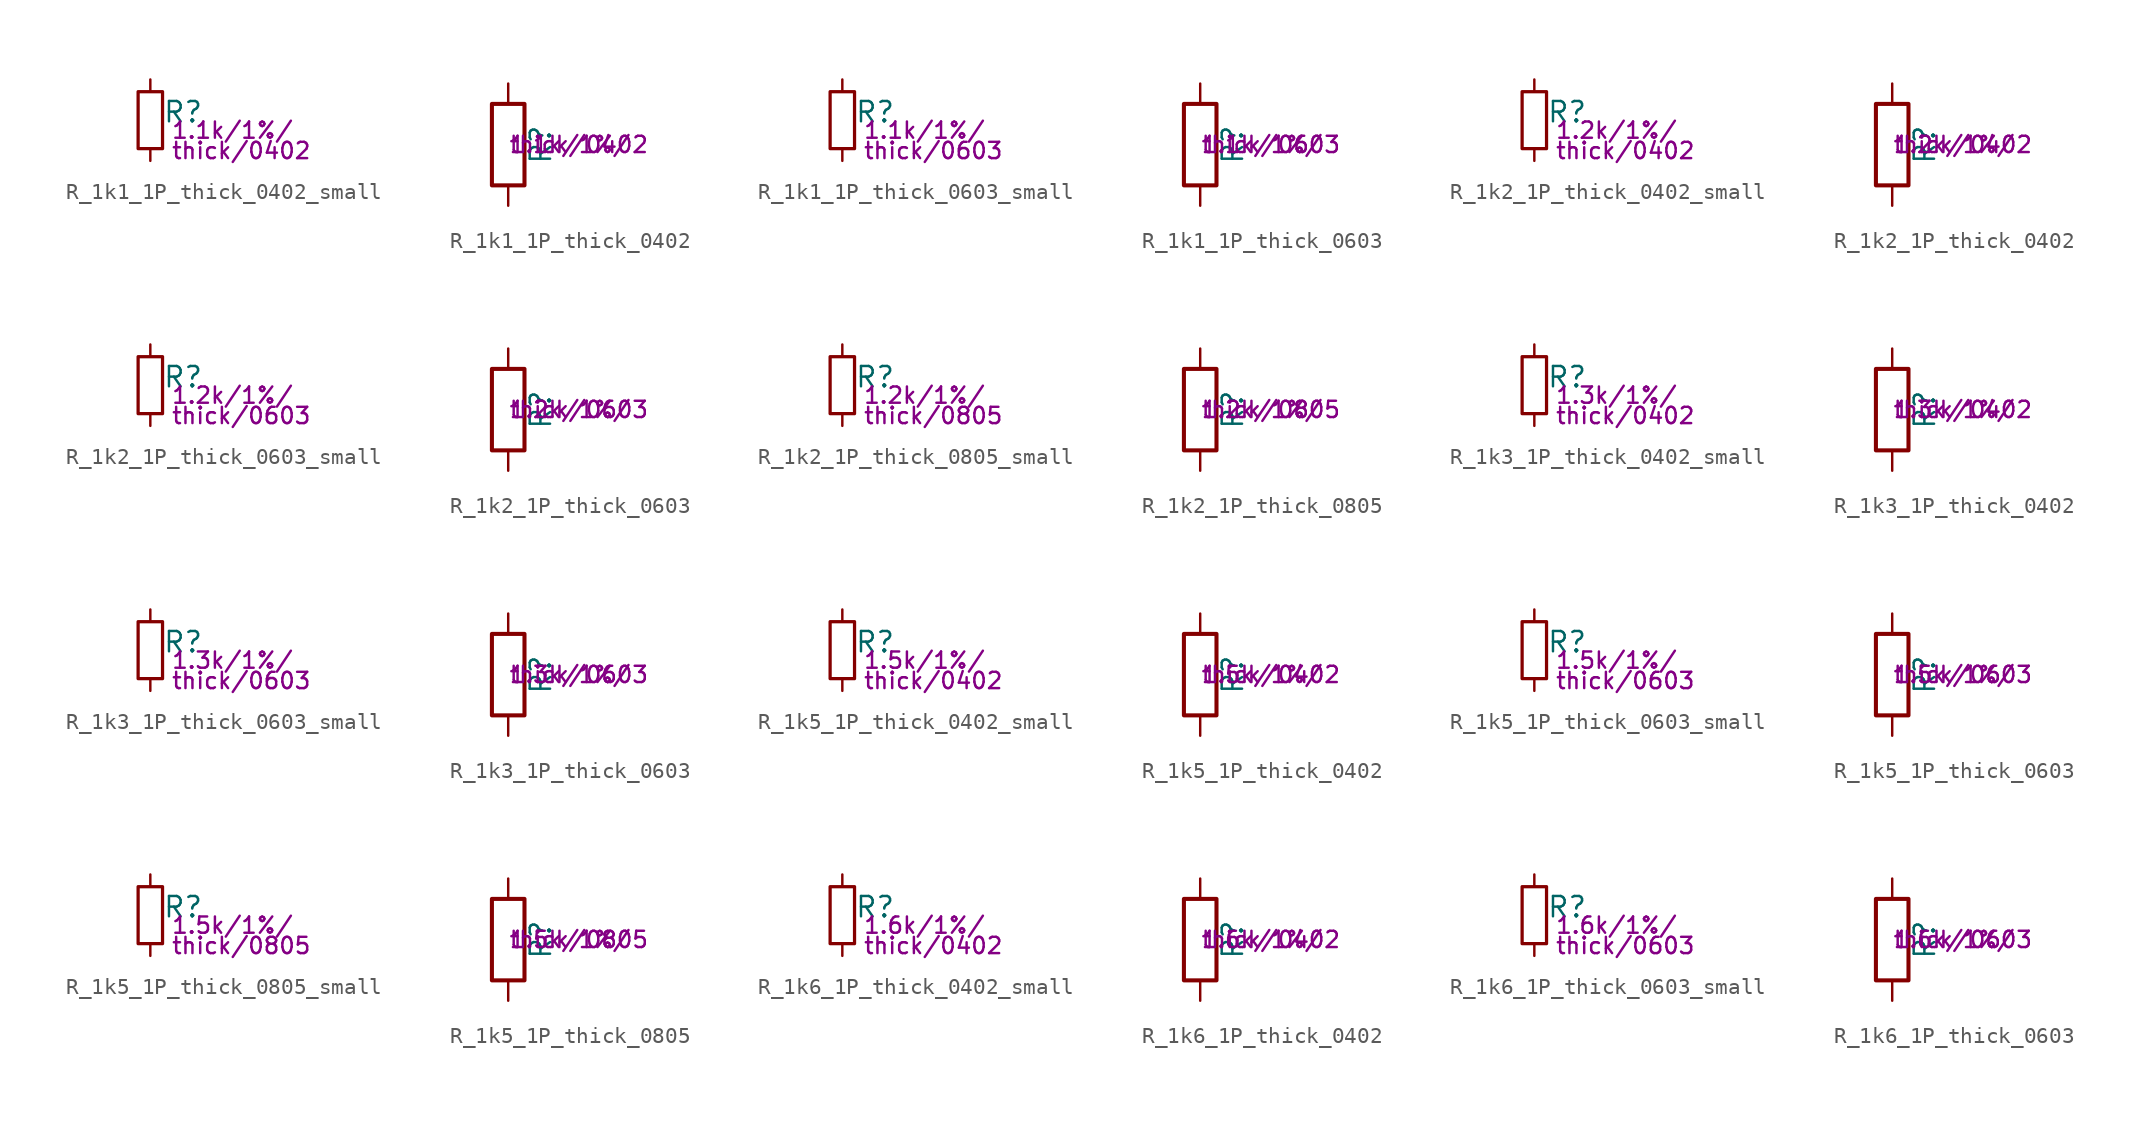
<source format=kicad_sym>
(kicad_symbol_lib
  (version 20211014)
  (generator kicad_symbol_editor)
  (symbol "R_1k1_1P_thick_0402_small"
    (pin_numbers hide)
    (pin_names
      (offset 0.254) hide)
    (property "Reference" "R"
      (at 0.762 0.508 0)
      (effects (font (size 1.27 1.27)) (justify left)))
    (property "Params" "1.1k/1%/"
      (at 1.27 -0.635 0)
      (effects (font (size 1.016 1.016)) (justify left)))
    (property "Params2" "thick/0402"
      (at 1.27 -1.905 0)
      (effects (font (size 1.016 1.016)) (justify left)))
    (symbol "R_1k1_1P_thick_0402_small_0_1"
      (rectangle (start -0.762 1.778) (end 0.762 -1.778) (stroke (width 0.203) (type default) (color 0 0 0 0)) (fill (type none))))
    (symbol "R_1k1_1P_thick_0402_small_1_1"
      (pin passive line (at 0 2.54 270) (length 0.762) (name "~" (effects (font (size 1.27 1.27)))) (number "1" (effects (font (size 1.27 1.27)))))
      (pin passive line (at 0 -2.54 90) (length 0.762) (name "~" (effects (font (size 1.27 1.27)))) (number "2" (effects (font (size 1.27 1.27)))))))
  (symbol "R_1k1_1P_thick_0402"
    (pin_numbers hide)
    (pin_names
      (offset 0))
    (property "Reference" "R"
      (at 2.032 0 90)
      (effects (font (size 1.27 1.27))))
    (property "Params" "1.1k/1%/"
      (at 0 0 0)
      (effects (font (size 1.016 1.016)) (justify left)))
    (property "Params2" "thick/0402"
      (at 0 0 0)
      (effects (font (size 1.016 1.016)) (justify left)))
    (symbol "R_1k1_1P_thick_0402_0_1"
      (rectangle (start -1.016 -2.54) (end 1.016 2.54) (stroke (width 0.254) (type default) (color 0 0 0 0)) (fill (type none))))
    (symbol "R_1k1_1P_thick_0402_1_1"
      (pin passive line (at 0 3.81 270) (length 1.27) (name "~" (effects (font (size 1.27 1.27)))) (number "1" (effects (font (size 1.27 1.27)))))
      (pin passive line (at 0 -3.81 90) (length 1.27) (name "~" (effects (font (size 1.27 1.27)))) (number "2" (effects (font (size 1.27 1.27)))))))
  (symbol "R_1k1_1P_thick_0603_small"
    (pin_numbers hide)
    (pin_names
      (offset 0.254) hide)
    (property "Reference" "R"
      (at 0.762 0.508 0)
      (effects (font (size 1.27 1.27)) (justify left)))
    (property "Params" "1.1k/1%/"
      (at 1.27 -0.635 0)
      (effects (font (size 1.016 1.016)) (justify left)))
    (property "Params2" "thick/0603"
      (at 1.27 -1.905 0)
      (effects (font (size 1.016 1.016)) (justify left)))
    (symbol "R_1k1_1P_thick_0603_small_0_1"
      (rectangle (start -0.762 1.778) (end 0.762 -1.778) (stroke (width 0.203) (type default) (color 0 0 0 0)) (fill (type none))))
    (symbol "R_1k1_1P_thick_0603_small_1_1"
      (pin passive line (at 0 2.54 270) (length 0.762) (name "~" (effects (font (size 1.27 1.27)))) (number "1" (effects (font (size 1.27 1.27)))))
      (pin passive line (at 0 -2.54 90) (length 0.762) (name "~" (effects (font (size 1.27 1.27)))) (number "2" (effects (font (size 1.27 1.27)))))))
  (symbol "R_1k1_1P_thick_0603"
    (pin_numbers hide)
    (pin_names
      (offset 0))
    (property "Reference" "R"
      (at 2.032 0 90)
      (effects (font (size 1.27 1.27))))
    (property "Params" "1.1k/1%/"
      (at 0 0 0)
      (effects (font (size 1.016 1.016)) (justify left)))
    (property "Params2" "thick/0603"
      (at 0 0 0)
      (effects (font (size 1.016 1.016)) (justify left)))
    (symbol "R_1k1_1P_thick_0603_0_1"
      (rectangle (start -1.016 -2.54) (end 1.016 2.54) (stroke (width 0.254) (type default) (color 0 0 0 0)) (fill (type none))))
    (symbol "R_1k1_1P_thick_0603_1_1"
      (pin passive line (at 0 3.81 270) (length 1.27) (name "~" (effects (font (size 1.27 1.27)))) (number "1" (effects (font (size 1.27 1.27)))))
      (pin passive line (at 0 -3.81 90) (length 1.27) (name "~" (effects (font (size 1.27 1.27)))) (number "2" (effects (font (size 1.27 1.27)))))))
  (symbol "R_1k2_1P_thick_0402_small"
    (pin_numbers hide)
    (pin_names
      (offset 0.254) hide)
    (property "Reference" "R"
      (at 0.762 0.508 0)
      (effects (font (size 1.27 1.27)) (justify left)))
    (property "Params" "1.2k/1%/"
      (at 1.27 -0.635 0)
      (effects (font (size 1.016 1.016)) (justify left)))
    (property "Params2" "thick/0402"
      (at 1.27 -1.905 0)
      (effects (font (size 1.016 1.016)) (justify left)))
    (symbol "R_1k2_1P_thick_0402_small_0_1"
      (rectangle (start -0.762 1.778) (end 0.762 -1.778) (stroke (width 0.203) (type default) (color 0 0 0 0)) (fill (type none))))
    (symbol "R_1k2_1P_thick_0402_small_1_1"
      (pin passive line (at 0 2.54 270) (length 0.762) (name "~" (effects (font (size 1.27 1.27)))) (number "1" (effects (font (size 1.27 1.27)))))
      (pin passive line (at 0 -2.54 90) (length 0.762) (name "~" (effects (font (size 1.27 1.27)))) (number "2" (effects (font (size 1.27 1.27)))))))
  (symbol "R_1k2_1P_thick_0402"
    (pin_numbers hide)
    (pin_names
      (offset 0))
    (property "Reference" "R"
      (at 2.032 0 90)
      (effects (font (size 1.27 1.27))))
    (property "Params" "1.2k/1%/"
      (at 0 0 0)
      (effects (font (size 1.016 1.016)) (justify left)))
    (property "Params2" "thick/0402"
      (at 0 0 0)
      (effects (font (size 1.016 1.016)) (justify left)))
    (symbol "R_1k2_1P_thick_0402_0_1"
      (rectangle (start -1.016 -2.54) (end 1.016 2.54) (stroke (width 0.254) (type default) (color 0 0 0 0)) (fill (type none))))
    (symbol "R_1k2_1P_thick_0402_1_1"
      (pin passive line (at 0 3.81 270) (length 1.27) (name "~" (effects (font (size 1.27 1.27)))) (number "1" (effects (font (size 1.27 1.27)))))
      (pin passive line (at 0 -3.81 90) (length 1.27) (name "~" (effects (font (size 1.27 1.27)))) (number "2" (effects (font (size 1.27 1.27)))))))
  (symbol "R_1k2_1P_thick_0603_small"
    (pin_numbers hide)
    (pin_names
      (offset 0.254) hide)
    (property "Reference" "R"
      (at 0.762 0.508 0)
      (effects (font (size 1.27 1.27)) (justify left)))
    (property "Params" "1.2k/1%/"
      (at 1.27 -0.635 0)
      (effects (font (size 1.016 1.016)) (justify left)))
    (property "Params2" "thick/0603"
      (at 1.27 -1.905 0)
      (effects (font (size 1.016 1.016)) (justify left)))
    (symbol "R_1k2_1P_thick_0603_small_0_1"
      (rectangle (start -0.762 1.778) (end 0.762 -1.778) (stroke (width 0.203) (type default) (color 0 0 0 0)) (fill (type none))))
    (symbol "R_1k2_1P_thick_0603_small_1_1"
      (pin passive line (at 0 2.54 270) (length 0.762) (name "~" (effects (font (size 1.27 1.27)))) (number "1" (effects (font (size 1.27 1.27)))))
      (pin passive line (at 0 -2.54 90) (length 0.762) (name "~" (effects (font (size 1.27 1.27)))) (number "2" (effects (font (size 1.27 1.27)))))))
  (symbol "R_1k2_1P_thick_0603"
    (pin_numbers hide)
    (pin_names
      (offset 0))
    (property "Reference" "R"
      (at 2.032 0 90)
      (effects (font (size 1.27 1.27))))
    (property "Params" "1.2k/1%/"
      (at 0 0 0)
      (effects (font (size 1.016 1.016)) (justify left)))
    (property "Params2" "thick/0603"
      (at 0 0 0)
      (effects (font (size 1.016 1.016)) (justify left)))
    (symbol "R_1k2_1P_thick_0603_0_1"
      (rectangle (start -1.016 -2.54) (end 1.016 2.54) (stroke (width 0.254) (type default) (color 0 0 0 0)) (fill (type none))))
    (symbol "R_1k2_1P_thick_0603_1_1"
      (pin passive line (at 0 3.81 270) (length 1.27) (name "~" (effects (font (size 1.27 1.27)))) (number "1" (effects (font (size 1.27 1.27)))))
      (pin passive line (at 0 -3.81 90) (length 1.27) (name "~" (effects (font (size 1.27 1.27)))) (number "2" (effects (font (size 1.27 1.27)))))))
  (symbol "R_1k2_1P_thick_0805_small"
    (pin_numbers hide)
    (pin_names
      (offset 0.254) hide)
    (property "Reference" "R"
      (at 0.762 0.508 0)
      (effects (font (size 1.27 1.27)) (justify left)))
    (property "Params" "1.2k/1%/"
      (at 1.27 -0.635 0)
      (effects (font (size 1.016 1.016)) (justify left)))
    (property "Params2" "thick/0805"
      (at 1.27 -1.905 0)
      (effects (font (size 1.016 1.016)) (justify left)))
    (symbol "R_1k2_1P_thick_0805_small_0_1"
      (rectangle (start -0.762 1.778) (end 0.762 -1.778) (stroke (width 0.203) (type default) (color 0 0 0 0)) (fill (type none))))
    (symbol "R_1k2_1P_thick_0805_small_1_1"
      (pin passive line (at 0 2.54 270) (length 0.762) (name "~" (effects (font (size 1.27 1.27)))) (number "1" (effects (font (size 1.27 1.27)))))
      (pin passive line (at 0 -2.54 90) (length 0.762) (name "~" (effects (font (size 1.27 1.27)))) (number "2" (effects (font (size 1.27 1.27)))))))
  (symbol "R_1k2_1P_thick_0805"
    (pin_numbers hide)
    (pin_names
      (offset 0))
    (property "Reference" "R"
      (at 2.032 0 90)
      (effects (font (size 1.27 1.27))))
    (property "Params" "1.2k/1%/"
      (at 0 0 0)
      (effects (font (size 1.016 1.016)) (justify left)))
    (property "Params2" "thick/0805"
      (at 0 0 0)
      (effects (font (size 1.016 1.016)) (justify left)))
    (symbol "R_1k2_1P_thick_0805_0_1"
      (rectangle (start -1.016 -2.54) (end 1.016 2.54) (stroke (width 0.254) (type default) (color 0 0 0 0)) (fill (type none))))
    (symbol "R_1k2_1P_thick_0805_1_1"
      (pin passive line (at 0 3.81 270) (length 1.27) (name "~" (effects (font (size 1.27 1.27)))) (number "1" (effects (font (size 1.27 1.27)))))
      (pin passive line (at 0 -3.81 90) (length 1.27) (name "~" (effects (font (size 1.27 1.27)))) (number "2" (effects (font (size 1.27 1.27)))))))
  (symbol "R_1k3_1P_thick_0402_small"
    (pin_numbers hide)
    (pin_names
      (offset 0.254) hide)
    (property "Reference" "R"
      (at 0.762 0.508 0)
      (effects (font (size 1.27 1.27)) (justify left)))
    (property "Params" "1.3k/1%/"
      (at 1.27 -0.635 0)
      (effects (font (size 1.016 1.016)) (justify left)))
    (property "Params2" "thick/0402"
      (at 1.27 -1.905 0)
      (effects (font (size 1.016 1.016)) (justify left)))
    (symbol "R_1k3_1P_thick_0402_small_0_1"
      (rectangle (start -0.762 1.778) (end 0.762 -1.778) (stroke (width 0.203) (type default) (color 0 0 0 0)) (fill (type none))))
    (symbol "R_1k3_1P_thick_0402_small_1_1"
      (pin passive line (at 0 2.54 270) (length 0.762) (name "~" (effects (font (size 1.27 1.27)))) (number "1" (effects (font (size 1.27 1.27)))))
      (pin passive line (at 0 -2.54 90) (length 0.762) (name "~" (effects (font (size 1.27 1.27)))) (number "2" (effects (font (size 1.27 1.27)))))))
  (symbol "R_1k3_1P_thick_0402"
    (pin_numbers hide)
    (pin_names
      (offset 0))
    (property "Reference" "R"
      (at 2.032 0 90)
      (effects (font (size 1.27 1.27))))
    (property "Params" "1.3k/1%/"
      (at 0 0 0)
      (effects (font (size 1.016 1.016)) (justify left)))
    (property "Params2" "thick/0402"
      (at 0 0 0)
      (effects (font (size 1.016 1.016)) (justify left)))
    (symbol "R_1k3_1P_thick_0402_0_1"
      (rectangle (start -1.016 -2.54) (end 1.016 2.54) (stroke (width 0.254) (type default) (color 0 0 0 0)) (fill (type none))))
    (symbol "R_1k3_1P_thick_0402_1_1"
      (pin passive line (at 0 3.81 270) (length 1.27) (name "~" (effects (font (size 1.27 1.27)))) (number "1" (effects (font (size 1.27 1.27)))))
      (pin passive line (at 0 -3.81 90) (length 1.27) (name "~" (effects (font (size 1.27 1.27)))) (number "2" (effects (font (size 1.27 1.27)))))))
  (symbol "R_1k3_1P_thick_0603_small"
    (pin_numbers hide)
    (pin_names
      (offset 0.254) hide)
    (property "Reference" "R"
      (at 0.762 0.508 0)
      (effects (font (size 1.27 1.27)) (justify left)))
    (property "Params" "1.3k/1%/"
      (at 1.27 -0.635 0)
      (effects (font (size 1.016 1.016)) (justify left)))
    (property "Params2" "thick/0603"
      (at 1.27 -1.905 0)
      (effects (font (size 1.016 1.016)) (justify left)))
    (symbol "R_1k3_1P_thick_0603_small_0_1"
      (rectangle (start -0.762 1.778) (end 0.762 -1.778) (stroke (width 0.203) (type default) (color 0 0 0 0)) (fill (type none))))
    (symbol "R_1k3_1P_thick_0603_small_1_1"
      (pin passive line (at 0 2.54 270) (length 0.762) (name "~" (effects (font (size 1.27 1.27)))) (number "1" (effects (font (size 1.27 1.27)))))
      (pin passive line (at 0 -2.54 90) (length 0.762) (name "~" (effects (font (size 1.27 1.27)))) (number "2" (effects (font (size 1.27 1.27)))))))
  (symbol "R_1k3_1P_thick_0603"
    (pin_numbers hide)
    (pin_names
      (offset 0))
    (property "Reference" "R"
      (at 2.032 0 90)
      (effects (font (size 1.27 1.27))))
    (property "Params" "1.3k/1%/"
      (at 0 0 0)
      (effects (font (size 1.016 1.016)) (justify left)))
    (property "Params2" "thick/0603"
      (at 0 0 0)
      (effects (font (size 1.016 1.016)) (justify left)))
    (symbol "R_1k3_1P_thick_0603_0_1"
      (rectangle (start -1.016 -2.54) (end 1.016 2.54) (stroke (width 0.254) (type default) (color 0 0 0 0)) (fill (type none))))
    (symbol "R_1k3_1P_thick_0603_1_1"
      (pin passive line (at 0 3.81 270) (length 1.27) (name "~" (effects (font (size 1.27 1.27)))) (number "1" (effects (font (size 1.27 1.27)))))
      (pin passive line (at 0 -3.81 90) (length 1.27) (name "~" (effects (font (size 1.27 1.27)))) (number "2" (effects (font (size 1.27 1.27)))))))
  (symbol "R_1k5_1P_thick_0402_small"
    (pin_numbers hide)
    (pin_names
      (offset 0.254) hide)
    (property "Reference" "R"
      (at 0.762 0.508 0)
      (effects (font (size 1.27 1.27)) (justify left)))
    (property "Params" "1.5k/1%/"
      (at 1.27 -0.635 0)
      (effects (font (size 1.016 1.016)) (justify left)))
    (property "Params2" "thick/0402"
      (at 1.27 -1.905 0)
      (effects (font (size 1.016 1.016)) (justify left)))
    (symbol "R_1k5_1P_thick_0402_small_0_1"
      (rectangle (start -0.762 1.778) (end 0.762 -1.778) (stroke (width 0.203) (type default) (color 0 0 0 0)) (fill (type none))))
    (symbol "R_1k5_1P_thick_0402_small_1_1"
      (pin passive line (at 0 2.54 270) (length 0.762) (name "~" (effects (font (size 1.27 1.27)))) (number "1" (effects (font (size 1.27 1.27)))))
      (pin passive line (at 0 -2.54 90) (length 0.762) (name "~" (effects (font (size 1.27 1.27)))) (number "2" (effects (font (size 1.27 1.27)))))))
  (symbol "R_1k5_1P_thick_0402"
    (pin_numbers hide)
    (pin_names
      (offset 0))
    (property "Reference" "R"
      (at 2.032 0 90)
      (effects (font (size 1.27 1.27))))
    (property "Params" "1.5k/1%/"
      (at 0 0 0)
      (effects (font (size 1.016 1.016)) (justify left)))
    (property "Params2" "thick/0402"
      (at 0 0 0)
      (effects (font (size 1.016 1.016)) (justify left)))
    (symbol "R_1k5_1P_thick_0402_0_1"
      (rectangle (start -1.016 -2.54) (end 1.016 2.54) (stroke (width 0.254) (type default) (color 0 0 0 0)) (fill (type none))))
    (symbol "R_1k5_1P_thick_0402_1_1"
      (pin passive line (at 0 3.81 270) (length 1.27) (name "~" (effects (font (size 1.27 1.27)))) (number "1" (effects (font (size 1.27 1.27)))))
      (pin passive line (at 0 -3.81 90) (length 1.27) (name "~" (effects (font (size 1.27 1.27)))) (number "2" (effects (font (size 1.27 1.27)))))))
  (symbol "R_1k5_1P_thick_0603_small"
    (pin_numbers hide)
    (pin_names
      (offset 0.254) hide)
    (property "Reference" "R"
      (at 0.762 0.508 0)
      (effects (font (size 1.27 1.27)) (justify left)))
    (property "Params" "1.5k/1%/"
      (at 1.27 -0.635 0)
      (effects (font (size 1.016 1.016)) (justify left)))
    (property "Params2" "thick/0603"
      (at 1.27 -1.905 0)
      (effects (font (size 1.016 1.016)) (justify left)))
    (symbol "R_1k5_1P_thick_0603_small_0_1"
      (rectangle (start -0.762 1.778) (end 0.762 -1.778) (stroke (width 0.203) (type default) (color 0 0 0 0)) (fill (type none))))
    (symbol "R_1k5_1P_thick_0603_small_1_1"
      (pin passive line (at 0 2.54 270) (length 0.762) (name "~" (effects (font (size 1.27 1.27)))) (number "1" (effects (font (size 1.27 1.27)))))
      (pin passive line (at 0 -2.54 90) (length 0.762) (name "~" (effects (font (size 1.27 1.27)))) (number "2" (effects (font (size 1.27 1.27)))))))
  (symbol "R_1k5_1P_thick_0603"
    (pin_numbers hide)
    (pin_names
      (offset 0))
    (property "Reference" "R"
      (at 2.032 0 90)
      (effects (font (size 1.27 1.27))))
    (property "Params" "1.5k/1%/"
      (at 0 0 0)
      (effects (font (size 1.016 1.016)) (justify left)))
    (property "Params2" "thick/0603"
      (at 0 0 0)
      (effects (font (size 1.016 1.016)) (justify left)))
    (symbol "R_1k5_1P_thick_0603_0_1"
      (rectangle (start -1.016 -2.54) (end 1.016 2.54) (stroke (width 0.254) (type default) (color 0 0 0 0)) (fill (type none))))
    (symbol "R_1k5_1P_thick_0603_1_1"
      (pin passive line (at 0 3.81 270) (length 1.27) (name "~" (effects (font (size 1.27 1.27)))) (number "1" (effects (font (size 1.27 1.27)))))
      (pin passive line (at 0 -3.81 90) (length 1.27) (name "~" (effects (font (size 1.27 1.27)))) (number "2" (effects (font (size 1.27 1.27)))))))
  (symbol "R_1k5_1P_thick_0805_small"
    (pin_numbers hide)
    (pin_names
      (offset 0.254) hide)
    (property "Reference" "R"
      (at 0.762 0.508 0)
      (effects (font (size 1.27 1.27)) (justify left)))
    (property "Params" "1.5k/1%/"
      (at 1.27 -0.635 0)
      (effects (font (size 1.016 1.016)) (justify left)))
    (property "Params2" "thick/0805"
      (at 1.27 -1.905 0)
      (effects (font (size 1.016 1.016)) (justify left)))
    (symbol "R_1k5_1P_thick_0805_small_0_1"
      (rectangle (start -0.762 1.778) (end 0.762 -1.778) (stroke (width 0.203) (type default) (color 0 0 0 0)) (fill (type none))))
    (symbol "R_1k5_1P_thick_0805_small_1_1"
      (pin passive line (at 0 2.54 270) (length 0.762) (name "~" (effects (font (size 1.27 1.27)))) (number "1" (effects (font (size 1.27 1.27)))))
      (pin passive line (at 0 -2.54 90) (length 0.762) (name "~" (effects (font (size 1.27 1.27)))) (number "2" (effects (font (size 1.27 1.27)))))))
  (symbol "R_1k5_1P_thick_0805"
    (pin_numbers hide)
    (pin_names
      (offset 0))
    (property "Reference" "R"
      (at 2.032 0 90)
      (effects (font (size 1.27 1.27))))
    (property "Params" "1.5k/1%/"
      (at 0 0 0)
      (effects (font (size 1.016 1.016)) (justify left)))
    (property "Params2" "thick/0805"
      (at 0 0 0)
      (effects (font (size 1.016 1.016)) (justify left)))
    (symbol "R_1k5_1P_thick_0805_0_1"
      (rectangle (start -1.016 -2.54) (end 1.016 2.54) (stroke (width 0.254) (type default) (color 0 0 0 0)) (fill (type none))))
    (symbol "R_1k5_1P_thick_0805_1_1"
      (pin passive line (at 0 3.81 270) (length 1.27) (name "~" (effects (font (size 1.27 1.27)))) (number "1" (effects (font (size 1.27 1.27)))))
      (pin passive line (at 0 -3.81 90) (length 1.27) (name "~" (effects (font (size 1.27 1.27)))) (number "2" (effects (font (size 1.27 1.27)))))))
  (symbol "R_1k6_1P_thick_0402_small"
    (pin_numbers hide)
    (pin_names
      (offset 0.254) hide)
    (property "Reference" "R"
      (at 0.762 0.508 0)
      (effects (font (size 1.27 1.27)) (justify left)))
    (property "Params" "1.6k/1%/"
      (at 1.27 -0.635 0)
      (effects (font (size 1.016 1.016)) (justify left)))
    (property "Params2" "thick/0402"
      (at 1.27 -1.905 0)
      (effects (font (size 1.016 1.016)) (justify left)))
    (symbol "R_1k6_1P_thick_0402_small_0_1"
      (rectangle (start -0.762 1.778) (end 0.762 -1.778) (stroke (width 0.203) (type default) (color 0 0 0 0)) (fill (type none))))
    (symbol "R_1k6_1P_thick_0402_small_1_1"
      (pin passive line (at 0 2.54 270) (length 0.762) (name "~" (effects (font (size 1.27 1.27)))) (number "1" (effects (font (size 1.27 1.27)))))
      (pin passive line (at 0 -2.54 90) (length 0.762) (name "~" (effects (font (size 1.27 1.27)))) (number "2" (effects (font (size 1.27 1.27)))))))
  (symbol "R_1k6_1P_thick_0402"
    (pin_numbers hide)
    (pin_names
      (offset 0))
    (property "Reference" "R"
      (at 2.032 0 90)
      (effects (font (size 1.27 1.27))))
    (property "Params" "1.6k/1%/"
      (at 0 0 0)
      (effects (font (size 1.016 1.016)) (justify left)))
    (property "Params2" "thick/0402"
      (at 0 0 0)
      (effects (font (size 1.016 1.016)) (justify left)))
    (symbol "R_1k6_1P_thick_0402_0_1"
      (rectangle (start -1.016 -2.54) (end 1.016 2.54) (stroke (width 0.254) (type default) (color 0 0 0 0)) (fill (type none))))
    (symbol "R_1k6_1P_thick_0402_1_1"
      (pin passive line (at 0 3.81 270) (length 1.27) (name "~" (effects (font (size 1.27 1.27)))) (number "1" (effects (font (size 1.27 1.27)))))
      (pin passive line (at 0 -3.81 90) (length 1.27) (name "~" (effects (font (size 1.27 1.27)))) (number "2" (effects (font (size 1.27 1.27)))))))
  (symbol "R_1k6_1P_thick_0603_small"
    (pin_numbers hide)
    (pin_names
      (offset 0.254) hide)
    (property "Reference" "R"
      (at 0.762 0.508 0)
      (effects (font (size 1.27 1.27)) (justify left)))
    (property "Params" "1.6k/1%/"
      (at 1.27 -0.635 0)
      (effects (font (size 1.016 1.016)) (justify left)))
    (property "Params2" "thick/0603"
      (at 1.27 -1.905 0)
      (effects (font (size 1.016 1.016)) (justify left)))
    (symbol "R_1k6_1P_thick_0603_small_0_1"
      (rectangle (start -0.762 1.778) (end 0.762 -1.778) (stroke (width 0.203) (type default) (color 0 0 0 0)) (fill (type none))))
    (symbol "R_1k6_1P_thick_0603_small_1_1"
      (pin passive line (at 0 2.54 270) (length 0.762) (name "~" (effects (font (size 1.27 1.27)))) (number "1" (effects (font (size 1.27 1.27)))))
      (pin passive line (at 0 -2.54 90) (length 0.762) (name "~" (effects (font (size 1.27 1.27)))) (number "2" (effects (font (size 1.27 1.27)))))))
  (symbol "R_1k6_1P_thick_0603"
    (pin_numbers hide)
    (pin_names
      (offset 0))
    (property "Reference" "R"
      (at 2.032 0 90)
      (effects (font (size 1.27 1.27))))
    (property "Params" "1.6k/1%/"
      (at 0 0 0)
      (effects (font (size 1.016 1.016)) (justify left)))
    (property "Params2" "thick/0603"
      (at 0 0 0)
      (effects (font (size 1.016 1.016)) (justify left)))
    (symbol "R_1k6_1P_thick_0603_0_1"
      (rectangle (start -1.016 -2.54) (end 1.016 2.54) (stroke (width 0.254) (type default) (color 0 0 0 0)) (fill (type none))))
    (symbol "R_1k6_1P_thick_0603_1_1"
      (pin passive line (at 0 3.81 270) (length 1.27) (name "~" (effects (font (size 1.27 1.27)))) (number "1" (effects (font (size 1.27 1.27)))))
      (pin passive line (at 0 -3.81 90) (length 1.27) (name "~" (effects (font (size 1.27 1.27)))) (number "2" (effects (font (size 1.27 1.27))))))))
</source>
